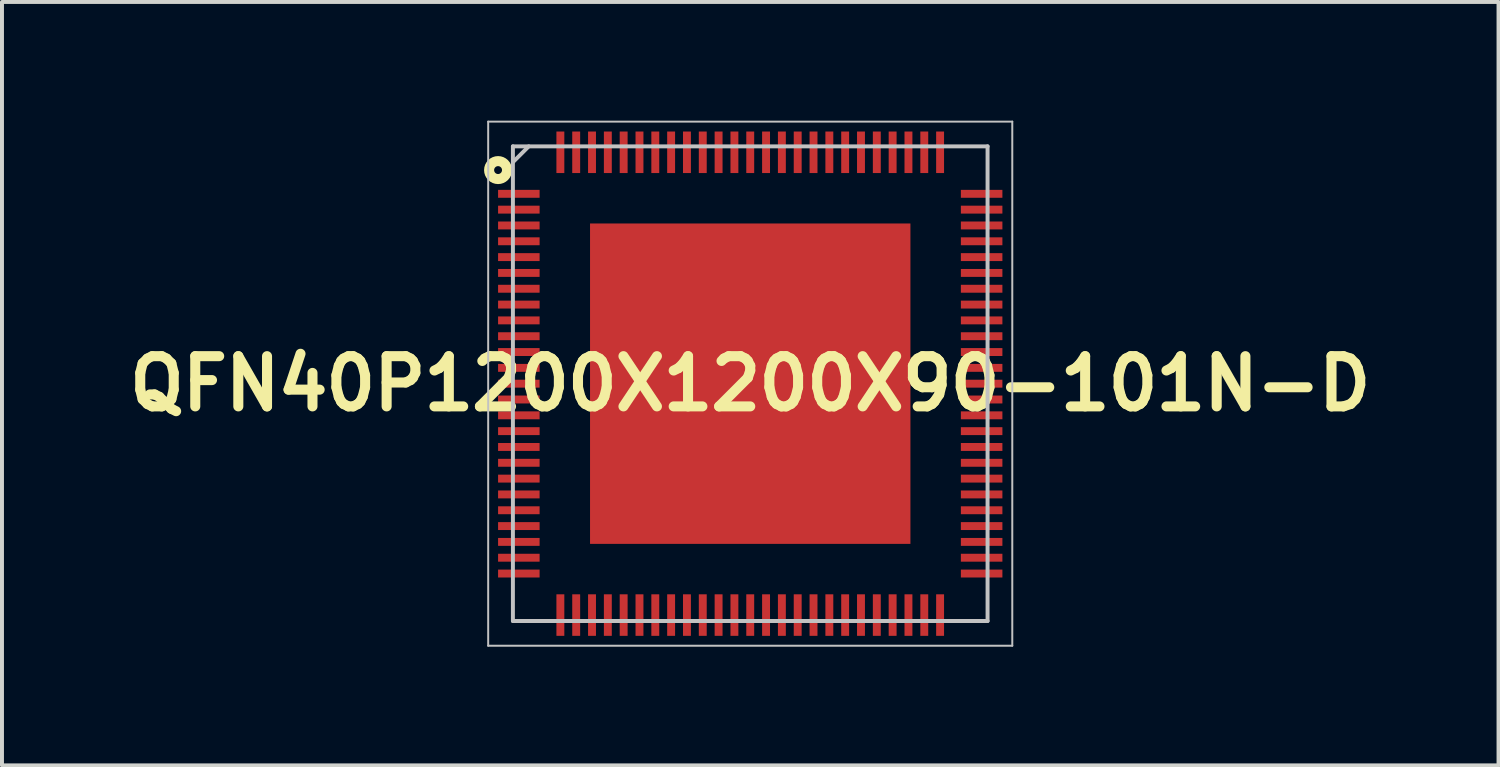
<source format=kicad_pcb>
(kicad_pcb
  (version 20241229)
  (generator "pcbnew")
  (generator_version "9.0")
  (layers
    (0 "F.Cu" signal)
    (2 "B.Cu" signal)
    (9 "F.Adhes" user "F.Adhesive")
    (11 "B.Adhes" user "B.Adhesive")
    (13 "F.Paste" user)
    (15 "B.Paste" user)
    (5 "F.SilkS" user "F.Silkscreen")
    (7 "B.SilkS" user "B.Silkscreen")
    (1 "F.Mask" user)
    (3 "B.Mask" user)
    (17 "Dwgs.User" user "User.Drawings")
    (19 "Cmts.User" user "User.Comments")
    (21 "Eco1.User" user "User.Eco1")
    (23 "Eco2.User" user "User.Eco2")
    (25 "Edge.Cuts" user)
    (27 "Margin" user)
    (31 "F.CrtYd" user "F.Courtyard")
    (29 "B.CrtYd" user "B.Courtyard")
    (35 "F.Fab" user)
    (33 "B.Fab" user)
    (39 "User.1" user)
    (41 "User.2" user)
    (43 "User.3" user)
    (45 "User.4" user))
  (footprint "QFN40P1200X1200X90-101N-D"
    (layer "F.Cu")
    (at 15.917 6.65)
    (property "Reference" "QFN40P1200X1200X90-101N-D" (at 0 0 0) (unlocked yes) (layer "F.SilkS") (effects (font (size 1.27 1.27) (thickness 0.254))))
    (attr smd)
    (fp_circle (center -6.375 -5.4) (end -6.275 -5.4) (stroke (width 0.254) (type solid)) (fill no) (layer "F.SilkS"))
    (fp_line (start -6.625 -6.625) (end 6.625 -6.625) (stroke (width 0.05) (type solid)) (layer "Dwgs.User"))
    (fp_line (start -6.625 6.625) (end -6.625 -6.625) (stroke (width 0.05) (type solid)) (layer "Dwgs.User"))
    (fp_line (start -6 -6) (end 6 -6) (stroke (width 0.1) (type solid)) (layer "Dwgs.User"))
    (fp_line (start -6 -5.6) (end -5.6 -6) (stroke (width 0.1) (type solid)) (layer "Dwgs.User"))
    (fp_line (start -6 6) (end -6 -6) (stroke (width 0.1) (type solid)) (layer "Dwgs.User"))
    (fp_line (start 6 -6) (end 6 6) (stroke (width 0.1) (type solid)) (layer "Dwgs.User"))
    (fp_line (start 6 6) (end -6 6) (stroke (width 0.1) (type solid)) (layer "Dwgs.User"))
    (fp_line (start 6.625 -6.625) (end 6.625 6.625) (stroke (width 0.05) (type solid)) (layer "Dwgs.User"))
    (fp_line (start 6.625 6.625) (end -6.625 6.625) (stroke (width 0.05) (type solid)) (layer "Dwgs.User"))
    (pad "1" smd rect (at -5.85 -4.8 90) (size 0.2 1.05) (layers "F.Cu" "F.Mask" "F.Paste"))
    (pad "2" smd rect (at -5.85 -4.4 90) (size 0.2 1.05) (layers "F.Cu" "F.Mask" "F.Paste"))
    (pad "3" smd rect (at -5.85 -4 90) (size 0.2 1.05) (layers "F.Cu" "F.Mask" "F.Paste"))
    (pad "4" smd rect (at -5.85 -3.6 90) (size 0.2 1.05) (layers "F.Cu" "F.Mask" "F.Paste"))
    (pad "5" smd rect (at -5.85 -3.2 90) (size 0.2 1.05) (layers "F.Cu" "F.Mask" "F.Paste"))
    (pad "6" smd rect (at -5.85 -2.8 90) (size 0.2 1.05) (layers "F.Cu" "F.Mask" "F.Paste"))
    (pad "7" smd rect (at -5.85 -2.4 90) (size 0.2 1.05) (layers "F.Cu" "F.Mask" "F.Paste"))
    (pad "8" smd rect (at -5.85 -2 90) (size 0.2 1.05) (layers "F.Cu" "F.Mask" "F.Paste"))
    (pad "9" smd rect (at -5.85 -1.6 90) (size 0.2 1.05) (layers "F.Cu" "F.Mask" "F.Paste"))
    (pad "10" smd rect (at -5.85 -1.2 90) (size 0.2 1.05) (layers "F.Cu" "F.Mask" "F.Paste"))
    (pad "11" smd rect (at -5.85 -0.8 90) (size 0.2 1.05) (layers "F.Cu" "F.Mask" "F.Paste"))
    (pad "12" smd rect (at -5.85 -0.4 90) (size 0.2 1.05) (layers "F.Cu" "F.Mask" "F.Paste"))
    (pad "13" smd rect (at -5.85 0 90) (size 0.2 1.05) (layers "F.Cu" "F.Mask" "F.Paste"))
    (pad "14" smd rect (at -5.85 0.4 90) (size 0.2 1.05) (layers "F.Cu" "F.Mask" "F.Paste"))
    (pad "15" smd rect (at -5.85 0.8 90) (size 0.2 1.05) (layers "F.Cu" "F.Mask" "F.Paste"))
    (pad "16" smd rect (at -5.85 1.2 90) (size 0.2 1.05) (layers "F.Cu" "F.Mask" "F.Paste"))
    (pad "17" smd rect (at -5.85 1.6 90) (size 0.2 1.05) (layers "F.Cu" "F.Mask" "F.Paste"))
    (pad "18" smd rect (at -5.85 2 90) (size 0.2 1.05) (layers "F.Cu" "F.Mask" "F.Paste"))
    (pad "19" smd rect (at -5.85 2.4 90) (size 0.2 1.05) (layers "F.Cu" "F.Mask" "F.Paste"))
    (pad "20" smd rect (at -5.85 2.8 90) (size 0.2 1.05) (layers "F.Cu" "F.Mask" "F.Paste"))
    (pad "21" smd rect (at -5.85 3.2 90) (size 0.2 1.05) (layers "F.Cu" "F.Mask" "F.Paste"))
    (pad "22" smd rect (at -5.85 3.6 90) (size 0.2 1.05) (layers "F.Cu" "F.Mask" "F.Paste"))
    (pad "23" smd rect (at -5.85 4 90) (size 0.2 1.05) (layers "F.Cu" "F.Mask" "F.Paste"))
    (pad "24" smd rect (at -5.85 4.4 90) (size 0.2 1.05) (layers "F.Cu" "F.Mask" "F.Paste"))
    (pad "25" smd rect (at -5.85 4.8 90) (size 0.2 1.05) (layers "F.Cu" "F.Mask" "F.Paste"))
    (pad "26" smd rect (at -4.8 5.85) (size 0.2 1.05) (layers "F.Cu" "F.Mask" "F.Paste"))
    (pad "27" smd rect (at -4.4 5.85) (size 0.2 1.05) (layers "F.Cu" "F.Mask" "F.Paste"))
    (pad "28" smd rect (at -4 5.85) (size 0.2 1.05) (layers "F.Cu" "F.Mask" "F.Paste"))
    (pad "29" smd rect (at -3.6 5.85) (size 0.2 1.05) (layers "F.Cu" "F.Mask" "F.Paste"))
    (pad "30" smd rect (at -3.2 5.85) (size 0.2 1.05) (layers "F.Cu" "F.Mask" "F.Paste"))
    (pad "31" smd rect (at -2.8 5.85) (size 0.2 1.05) (layers "F.Cu" "F.Mask" "F.Paste"))
    (pad "32" smd rect (at -2.4 5.85) (size 0.2 1.05) (layers "F.Cu" "F.Mask" "F.Paste"))
    (pad "33" smd rect (at -2 5.85) (size 0.2 1.05) (layers "F.Cu" "F.Mask" "F.Paste"))
    (pad "34" smd rect (at -1.6 5.85) (size 0.2 1.05) (layers "F.Cu" "F.Mask" "F.Paste"))
    (pad "35" smd rect (at -1.2 5.85) (size 0.2 1.05) (layers "F.Cu" "F.Mask" "F.Paste"))
    (pad "36" smd rect (at -0.8 5.85) (size 0.2 1.05) (layers "F.Cu" "F.Mask" "F.Paste"))
    (pad "37" smd rect (at -0.4 5.85) (size 0.2 1.05) (layers "F.Cu" "F.Mask" "F.Paste"))
    (pad "38" smd rect (at 0 5.85) (size 0.2 1.05) (layers "F.Cu" "F.Mask" "F.Paste"))
    (pad "39" smd rect (at 0.4 5.85) (size 0.2 1.05) (layers "F.Cu" "F.Mask" "F.Paste"))
    (pad "40" smd rect (at 0.8 5.85) (size 0.2 1.05) (layers "F.Cu" "F.Mask" "F.Paste"))
    (pad "41" smd rect (at 1.2 5.85) (size 0.2 1.05) (layers "F.Cu" "F.Mask" "F.Paste"))
    (pad "42" smd rect (at 1.6 5.85) (size 0.2 1.05) (layers "F.Cu" "F.Mask" "F.Paste"))
    (pad "43" smd rect (at 2 5.85) (size 0.2 1.05) (layers "F.Cu" "F.Mask" "F.Paste"))
    (pad "44" smd rect (at 2.4 5.85) (size 0.2 1.05) (layers "F.Cu" "F.Mask" "F.Paste"))
    (pad "45" smd rect (at 2.8 5.85) (size 0.2 1.05) (layers "F.Cu" "F.Mask" "F.Paste"))
    (pad "46" smd rect (at 3.2 5.85) (size 0.2 1.05) (layers "F.Cu" "F.Mask" "F.Paste"))
    (pad "47" smd rect (at 3.6 5.85) (size 0.2 1.05) (layers "F.Cu" "F.Mask" "F.Paste"))
    (pad "48" smd rect (at 4 5.85) (size 0.2 1.05) (layers "F.Cu" "F.Mask" "F.Paste"))
    (pad "49" smd rect (at 4.4 5.85) (size 0.2 1.05) (layers "F.Cu" "F.Mask" "F.Paste"))
    (pad "50" smd rect (at 4.8 5.85) (size 0.2 1.05) (layers "F.Cu" "F.Mask" "F.Paste"))
    (pad "51" smd rect (at 5.85 4.8 90) (size 0.2 1.05) (layers "F.Cu" "F.Mask" "F.Paste"))
    (pad "52" smd rect (at 5.85 4.4 90) (size 0.2 1.05) (layers "F.Cu" "F.Mask" "F.Paste"))
    (pad "53" smd rect (at 5.85 4 90) (size 0.2 1.05) (layers "F.Cu" "F.Mask" "F.Paste"))
    (pad "54" smd rect (at 5.85 3.6 90) (size 0.2 1.05) (layers "F.Cu" "F.Mask" "F.Paste"))
    (pad "55" smd rect (at 5.85 3.2 90) (size 0.2 1.05) (layers "F.Cu" "F.Mask" "F.Paste"))
    (pad "56" smd rect (at 5.85 2.8 90) (size 0.2 1.05) (layers "F.Cu" "F.Mask" "F.Paste"))
    (pad "57" smd rect (at 5.85 2.4 90) (size 0.2 1.05) (layers "F.Cu" "F.Mask" "F.Paste"))
    (pad "58" smd rect (at 5.85 2 90) (size 0.2 1.05) (layers "F.Cu" "F.Mask" "F.Paste"))
    (pad "59" smd rect (at 5.85 1.6 90) (size 0.2 1.05) (layers "F.Cu" "F.Mask" "F.Paste"))
    (pad "60" smd rect (at 5.85 1.2 90) (size 0.2 1.05) (layers "F.Cu" "F.Mask" "F.Paste"))
    (pad "61" smd rect (at 5.85 0.8 90) (size 0.2 1.05) (layers "F.Cu" "F.Mask" "F.Paste"))
    (pad "62" smd rect (at 5.85 0.4 90) (size 0.2 1.05) (layers "F.Cu" "F.Mask" "F.Paste"))
    (pad "63" smd rect (at 5.85 0 90) (size 0.2 1.05) (layers "F.Cu" "F.Mask" "F.Paste"))
    (pad "64" smd rect (at 5.85 -0.4 90) (size 0.2 1.05) (layers "F.Cu" "F.Mask" "F.Paste"))
    (pad "65" smd rect (at 5.85 -0.8 90) (size 0.2 1.05) (layers "F.Cu" "F.Mask" "F.Paste"))
    (pad "66" smd rect (at 5.85 -1.2 90) (size 0.2 1.05) (layers "F.Cu" "F.Mask" "F.Paste"))
    (pad "67" smd rect (at 5.85 -1.6 90) (size 0.2 1.05) (layers "F.Cu" "F.Mask" "F.Paste"))
    (pad "68" smd rect (at 5.85 -2 90) (size 0.2 1.05) (layers "F.Cu" "F.Mask" "F.Paste"))
    (pad "69" smd rect (at 5.85 -2.4 90) (size 0.2 1.05) (layers "F.Cu" "F.Mask" "F.Paste"))
    (pad "70" smd rect (at 5.85 -2.8 90) (size 0.2 1.05) (layers "F.Cu" "F.Mask" "F.Paste"))
    (pad "71" smd rect (at 5.85 -3.2 90) (size 0.2 1.05) (layers "F.Cu" "F.Mask" "F.Paste"))
    (pad "72" smd rect (at 5.85 -3.6 90) (size 0.2 1.05) (layers "F.Cu" "F.Mask" "F.Paste"))
    (pad "73" smd rect (at 5.85 -4 90) (size 0.2 1.05) (layers "F.Cu" "F.Mask" "F.Paste"))
    (pad "74" smd rect (at 5.85 -4.4 90) (size 0.2 1.05) (layers "F.Cu" "F.Mask" "F.Paste"))
    (pad "75" smd rect (at 5.85 -4.8 90) (size 0.2 1.05) (layers "F.Cu" "F.Mask" "F.Paste"))
    (pad "76" smd rect (at 4.8 -5.85) (size 0.2 1.05) (layers "F.Cu" "F.Mask" "F.Paste"))
    (pad "77" smd rect (at 4.4 -5.85) (size 0.2 1.05) (layers "F.Cu" "F.Mask" "F.Paste"))
    (pad "78" smd rect (at 4 -5.85) (size 0.2 1.05) (layers "F.Cu" "F.Mask" "F.Paste"))
    (pad "79" smd rect (at 3.6 -5.85) (size 0.2 1.05) (layers "F.Cu" "F.Mask" "F.Paste"))
    (pad "80" smd rect (at 3.2 -5.85) (size 0.2 1.05) (layers "F.Cu" "F.Mask" "F.Paste"))
    (pad "81" smd rect (at 2.8 -5.85) (size 0.2 1.05) (layers "F.Cu" "F.Mask" "F.Paste"))
    (pad "82" smd rect (at 2.4 -5.85) (size 0.2 1.05) (layers "F.Cu" "F.Mask" "F.Paste"))
    (pad "83" smd rect (at 2 -5.85) (size 0.2 1.05) (layers "F.Cu" "F.Mask" "F.Paste"))
    (pad "84" smd rect (at 1.6 -5.85) (size 0.2 1.05) (layers "F.Cu" "F.Mask" "F.Paste"))
    (pad "85" smd rect (at 1.2 -5.85) (size 0.2 1.05) (layers "F.Cu" "F.Mask" "F.Paste"))
    (pad "86" smd rect (at 0.8 -5.85) (size 0.2 1.05) (layers "F.Cu" "F.Mask" "F.Paste"))
    (pad "87" smd rect (at 0.4 -5.85) (size 0.2 1.05) (layers "F.Cu" "F.Mask" "F.Paste"))
    (pad "88" smd rect (at 0 -5.85) (size 0.2 1.05) (layers "F.Cu" "F.Mask" "F.Paste"))
    (pad "89" smd rect (at -0.4 -5.85) (size 0.2 1.05) (layers "F.Cu" "F.Mask" "F.Paste"))
    (pad "90" smd rect (at -0.8 -5.85) (size 0.2 1.05) (layers "F.Cu" "F.Mask" "F.Paste"))
    (pad "91" smd rect (at -1.2 -5.85) (size 0.2 1.05) (layers "F.Cu" "F.Mask" "F.Paste"))
    (pad "92" smd rect (at -1.6 -5.85) (size 0.2 1.05) (layers "F.Cu" "F.Mask" "F.Paste"))
    (pad "93" smd rect (at -2 -5.85) (size 0.2 1.05) (layers "F.Cu" "F.Mask" "F.Paste"))
    (pad "94" smd rect (at -2.4 -5.85) (size 0.2 1.05) (layers "F.Cu" "F.Mask" "F.Paste"))
    (pad "95" smd rect (at -2.8 -5.85) (size 0.2 1.05) (layers "F.Cu" "F.Mask" "F.Paste"))
    (pad "96" smd rect (at -3.2 -5.85) (size 0.2 1.05) (layers "F.Cu" "F.Mask" "F.Paste"))
    (pad "97" smd rect (at -3.6 -5.85) (size 0.2 1.05) (layers "F.Cu" "F.Mask" "F.Paste"))
    (pad "98" smd rect (at -4 -5.85) (size 0.2 1.05) (layers "F.Cu" "F.Mask" "F.Paste"))
    (pad "99" smd rect (at -4.4 -5.85) (size 0.2 1.05) (layers "F.Cu" "F.Mask" "F.Paste"))
    (pad "100" smd rect (at -4.8 -5.85) (size 0.2 1.05) (layers "F.Cu" "F.Mask" "F.Paste"))
    (pad "101" smd rect (at 0 0) (size 8.1 8.1) (layers "F.Cu" "F.Mask" "F.Paste")))
  (gr_rect
    (start -3 -3)
    (end 34.835 16.3)
    (stroke (width 0.1) (type default))
    (fill no)
    (layer "Edge.Cuts")))
</source>
